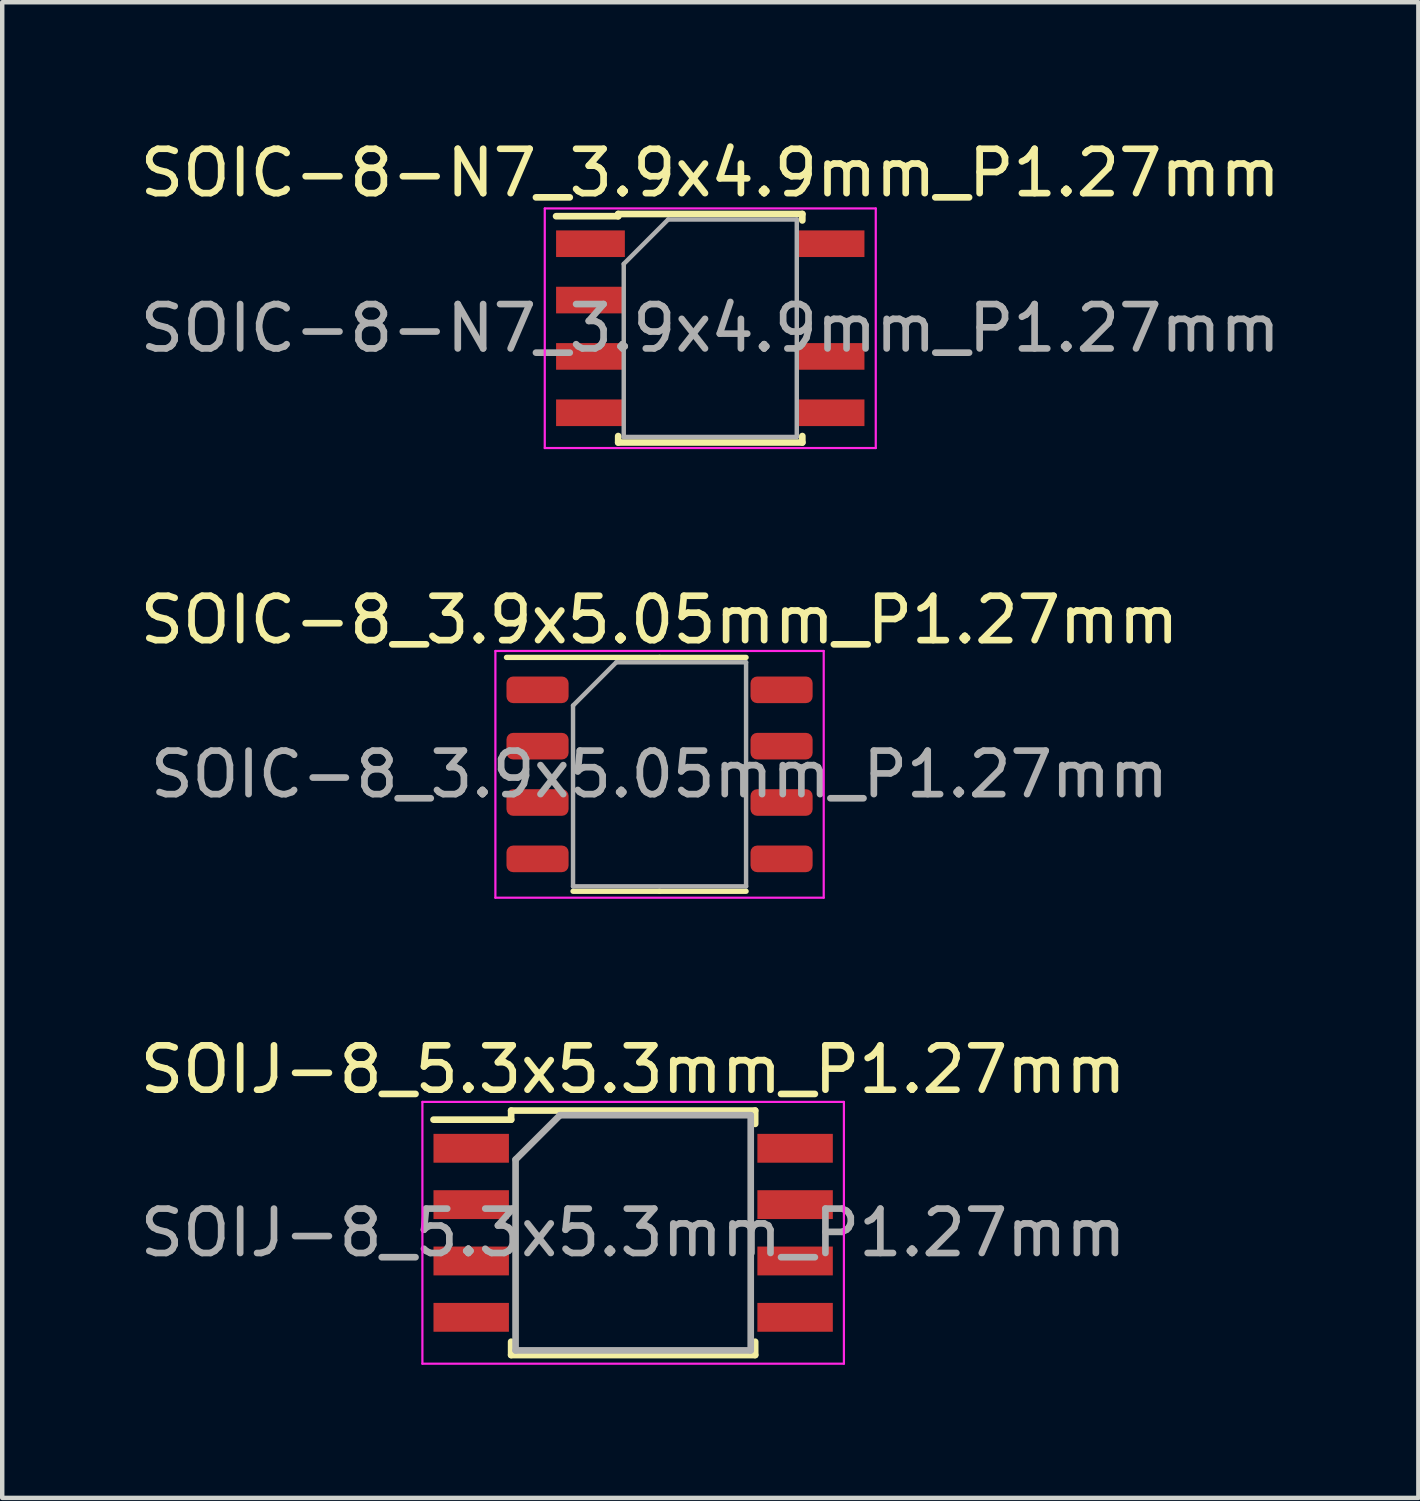
<source format=kicad_pcb>
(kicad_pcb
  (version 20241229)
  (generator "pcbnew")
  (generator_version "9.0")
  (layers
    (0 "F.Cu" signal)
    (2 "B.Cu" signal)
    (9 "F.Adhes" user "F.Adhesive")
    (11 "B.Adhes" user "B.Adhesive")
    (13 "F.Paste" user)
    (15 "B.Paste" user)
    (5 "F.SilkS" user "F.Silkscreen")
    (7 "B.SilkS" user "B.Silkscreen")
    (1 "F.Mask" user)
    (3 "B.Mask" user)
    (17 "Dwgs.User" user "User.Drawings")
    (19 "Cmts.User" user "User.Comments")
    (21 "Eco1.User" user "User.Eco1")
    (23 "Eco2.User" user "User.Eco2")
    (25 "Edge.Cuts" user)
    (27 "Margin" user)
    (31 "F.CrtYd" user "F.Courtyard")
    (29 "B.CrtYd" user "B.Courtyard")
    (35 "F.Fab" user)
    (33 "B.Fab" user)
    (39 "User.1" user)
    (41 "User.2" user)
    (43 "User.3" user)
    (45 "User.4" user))
  (footprint "SOIC-8_3.9x5.05mm_P1.27mm"
    (layer "F.Cu")
    (at 11.815 14.402)
    (property "Reference" "SOIC-8_3.9x5.05mm_P1.27mm" (at 0 -3.48 0) (layer "F.SilkS") (effects (font (size 1 1) (thickness 0.15))))
    (attr smd)
    (fp_line (start 0 -2.635) (end -3.45 -2.635) (stroke (width 0.12) (type solid)) (layer "F.SilkS"))
    (fp_line (start 0 -2.635) (end 1.95 -2.635) (stroke (width 0.12) (type solid)) (layer "F.SilkS"))
    (fp_line (start 0 2.635) (end -1.95 2.635) (stroke (width 0.12) (type solid)) (layer "F.SilkS"))
    (fp_line (start 0 2.635) (end 1.95 2.635) (stroke (width 0.12) (type solid)) (layer "F.SilkS"))
    (fp_line (start -3.7 -2.78) (end -3.7 2.78) (stroke (width 0.05) (type solid)) (layer "F.CrtYd"))
    (fp_line (start -3.7 2.78) (end 3.7 2.78) (stroke (width 0.05) (type solid)) (layer "F.CrtYd"))
    (fp_line (start 3.7 -2.78) (end -3.7 -2.78) (stroke (width 0.05) (type solid)) (layer "F.CrtYd"))
    (fp_line (start 3.7 2.78) (end 3.7 -2.78) (stroke (width 0.05) (type solid)) (layer "F.CrtYd"))
    (fp_line (start -1.95 -1.55) (end -0.975 -2.525) (stroke (width 0.1) (type solid)) (layer "F.Fab"))
    (fp_line (start -1.95 2.525) (end -1.95 -1.55) (stroke (width 0.1) (type solid)) (layer "F.Fab"))
    (fp_line (start -0.975 -2.525) (end 1.95 -2.525) (stroke (width 0.1) (type solid)) (layer "F.Fab"))
    (fp_line (start 1.95 -2.525) (end 1.95 2.525) (stroke (width 0.1) (type solid)) (layer "F.Fab"))
    (fp_line (start 1.95 2.525) (end -1.95 2.525) (stroke (width 0.1) (type solid)) (layer "F.Fab"))
    (fp_text user "${REFERENCE}" (at 0 0 0) (layer "F.Fab") (effects (font (size 0.98 0.98) (thickness 0.15))))
    (pad "1" smd roundrect (at -2.75 -1.905) (size 1.4 0.6) (layers "F.Cu" "F.Mask" "F.Paste") (roundrect_rratio 0.25))
    (pad "2" smd roundrect (at -2.75 -0.635) (size 1.4 0.6) (layers "F.Cu" "F.Mask" "F.Paste") (roundrect_rratio 0.25))
    (pad "3" smd roundrect (at -2.75 0.635) (size 1.4 0.6) (layers "F.Cu" "F.Mask" "F.Paste") (roundrect_rratio 0.25))
    (pad "4" smd roundrect (at -2.75 1.905) (size 1.4 0.6) (layers "F.Cu" "F.Mask" "F.Paste") (roundrect_rratio 0.25))
    (pad "5" smd roundrect (at 2.75 1.905) (size 1.4 0.6) (layers "F.Cu" "F.Mask" "F.Paste") (roundrect_rratio 0.25))
    (pad "6" smd roundrect (at 2.75 0.635) (size 1.4 0.6) (layers "F.Cu" "F.Mask" "F.Paste") (roundrect_rratio 0.25))
    (pad "7" smd roundrect (at 2.75 -0.635) (size 1.4 0.6) (layers "F.Cu" "F.Mask" "F.Paste") (roundrect_rratio 0.25))
    (pad "8" smd roundrect (at 2.75 -1.905) (size 1.4 0.6) (layers "F.Cu" "F.Mask" "F.Paste") (roundrect_rratio 0.25)))
  (footprint "SOIC-8-N7_3.9x4.9mm_P1.27mm"
    (layer "F.Cu")
    (at 12.958 4.348)
    (property "Reference" "SOIC-8-N7_3.9x4.9mm_P1.27mm" (at 0 -3.5 0) (layer "F.SilkS") (effects (font (size 1 1) (thickness 0.15))))
    (attr smd)
    (fp_line (start -2.075 -2.575) (end -2.075 -2.525) (stroke (width 0.15) (type solid)) (layer "F.SilkS"))
    (fp_line (start -2.075 -2.575) (end 2.075 -2.575) (stroke (width 0.15) (type solid)) (layer "F.SilkS"))
    (fp_line (start -2.075 -2.525) (end -3.475 -2.525) (stroke (width 0.15) (type solid)) (layer "F.SilkS"))
    (fp_line (start -2.075 2.575) (end -2.075 2.43) (stroke (width 0.15) (type solid)) (layer "F.SilkS"))
    (fp_line (start -2.075 2.575) (end 2.075 2.575) (stroke (width 0.15) (type solid)) (layer "F.SilkS"))
    (fp_line (start 2.075 -2.575) (end 2.075 -2.43) (stroke (width 0.15) (type solid)) (layer "F.SilkS"))
    (fp_line (start 2.075 2.575) (end 2.075 2.43) (stroke (width 0.15) (type solid)) (layer "F.SilkS"))
    (fp_line (start -3.73 -2.7) (end -3.73 2.7) (stroke (width 0.05) (type solid)) (layer "F.CrtYd"))
    (fp_line (start -3.73 -2.7) (end 3.73 -2.7) (stroke (width 0.05) (type solid)) (layer "F.CrtYd"))
    (fp_line (start -3.73 2.7) (end 3.73 2.7) (stroke (width 0.05) (type solid)) (layer "F.CrtYd"))
    (fp_line (start 3.73 -2.7) (end 3.73 2.7) (stroke (width 0.05) (type solid)) (layer "F.CrtYd"))
    (fp_line (start -1.95 -1.45) (end -0.95 -2.45) (stroke (width 0.1) (type solid)) (layer "F.Fab"))
    (fp_line (start -1.95 2.45) (end -1.95 -1.45) (stroke (width 0.1) (type solid)) (layer "F.Fab"))
    (fp_line (start -0.95 -2.45) (end 1.95 -2.45) (stroke (width 0.1) (type solid)) (layer "F.Fab"))
    (fp_line (start 1.95 -2.45) (end 1.95 2.45) (stroke (width 0.1) (type solid)) (layer "F.Fab"))
    (fp_line (start 1.95 2.45) (end -1.95 2.45) (stroke (width 0.1) (type solid)) (layer "F.Fab"))
    (fp_text user "${REFERENCE}" (at 0 0 0) (layer "F.Fab") (effects (font (size 1 1) (thickness 0.15))))
    (pad "1" smd rect (at -2.7 -1.905) (size 1.55 0.6) (layers "F.Cu" "F.Mask" "F.Paste"))
    (pad "2" smd rect (at -2.7 -0.635) (size 1.55 0.6) (layers "F.Cu" "F.Mask" "F.Paste"))
    (pad "3" smd rect (at -2.7 0.635) (size 1.55 0.6) (layers "F.Cu" "F.Mask" "F.Paste"))
    (pad "4" smd rect (at -2.7 1.905) (size 1.55 0.6) (layers "F.Cu" "F.Mask" "F.Paste"))
    (pad "5" smd rect (at 2.7 1.905) (size 1.55 0.6) (layers "F.Cu" "F.Mask" "F.Paste"))
    (pad "6" smd rect (at 2.7 0.635) (size 1.55 0.6) (layers "F.Cu" "F.Mask" "F.Paste"))
    (pad "8" smd rect (at 2.7 -1.905) (size 1.55 0.6) (layers "F.Cu" "F.Mask" "F.Paste")))
  (footprint "SOIJ-8_5.3x5.3mm_P1.27mm"
    (layer "F.Cu")
    (at 11.22 24.735)
    (property "Reference" "SOIJ-8_5.3x5.3mm_P1.27mm" (at 0 -3.68 0) (layer "F.SilkS") (effects (font (size 1 1) (thickness 0.15))))
    (attr smd)
    (fp_line (start -2.75 -2.755) (end -2.75 -2.55) (stroke (width 0.15) (type solid)) (layer "F.SilkS"))
    (fp_line (start -2.75 -2.755) (end 2.75 -2.755) (stroke (width 0.15) (type solid)) (layer "F.SilkS"))
    (fp_line (start -2.75 -2.55) (end -4.5 -2.55) (stroke (width 0.15) (type solid)) (layer "F.SilkS"))
    (fp_line (start -2.75 2.755) (end -2.75 2.455) (stroke (width 0.15) (type solid)) (layer "F.SilkS"))
    (fp_line (start -2.75 2.755) (end 2.75 2.755) (stroke (width 0.15) (type solid)) (layer "F.SilkS"))
    (fp_line (start 2.75 -2.755) (end 2.75 -2.455) (stroke (width 0.15) (type solid)) (layer "F.SilkS"))
    (fp_line (start 2.75 2.755) (end 2.75 2.455) (stroke (width 0.15) (type solid)) (layer "F.SilkS"))
    (fp_line (start -4.75 -2.95) (end -4.75 2.95) (stroke (width 0.05) (type solid)) (layer "F.CrtYd"))
    (fp_line (start -4.75 -2.95) (end 4.75 -2.95) (stroke (width 0.05) (type solid)) (layer "F.CrtYd"))
    (fp_line (start -4.75 2.95) (end 4.75 2.95) (stroke (width 0.05) (type solid)) (layer "F.CrtYd"))
    (fp_line (start 4.75 -2.95) (end 4.75 2.95) (stroke (width 0.05) (type solid)) (layer "F.CrtYd"))
    (fp_line (start -2.65 -1.65) (end -1.65 -2.65) (stroke (width 0.15) (type solid)) (layer "F.Fab"))
    (fp_line (start -2.65 2.65) (end -2.65 -1.65) (stroke (width 0.15) (type solid)) (layer "F.Fab"))
    (fp_line (start -1.65 -2.65) (end 2.65 -2.65) (stroke (width 0.15) (type solid)) (layer "F.Fab"))
    (fp_line (start 2.65 -2.65) (end 2.65 2.65) (stroke (width 0.15) (type solid)) (layer "F.Fab"))
    (fp_line (start 2.65 2.65) (end -2.65 2.65) (stroke (width 0.15) (type solid)) (layer "F.Fab"))
    (fp_text user "${REFERENCE}" (at 0 0 0) (layer "F.Fab") (effects (font (size 1 1) (thickness 0.15))))
    (pad "1" smd rect (at -3.65 -1.905) (size 1.7 0.65) (layers "F.Cu" "F.Mask" "F.Paste"))
    (pad "2" smd rect (at -3.65 -0.635) (size 1.7 0.65) (layers "F.Cu" "F.Mask" "F.Paste"))
    (pad "3" smd rect (at -3.65 0.635) (size 1.7 0.65) (layers "F.Cu" "F.Mask" "F.Paste"))
    (pad "4" smd rect (at -3.65 1.905) (size 1.7 0.65) (layers "F.Cu" "F.Mask" "F.Paste"))
    (pad "5" smd rect (at 3.65 1.905) (size 1.7 0.65) (layers "F.Cu" "F.Mask" "F.Paste"))
    (pad "6" smd rect (at 3.65 0.635) (size 1.7 0.65) (layers "F.Cu" "F.Mask" "F.Paste"))
    (pad "7" smd rect (at 3.65 -0.635) (size 1.7 0.65) (layers "F.Cu" "F.Mask" "F.Paste"))
    (pad "8" smd rect (at 3.65 -1.905) (size 1.7 0.65) (layers "F.Cu" "F.Mask" "F.Paste")))
  (gr_rect
    (start -3 -3)
    (end 28.917 30.71)
    (stroke (width 0.1) (type default))
    (fill no)
    (layer "Edge.Cuts")))
</source>
